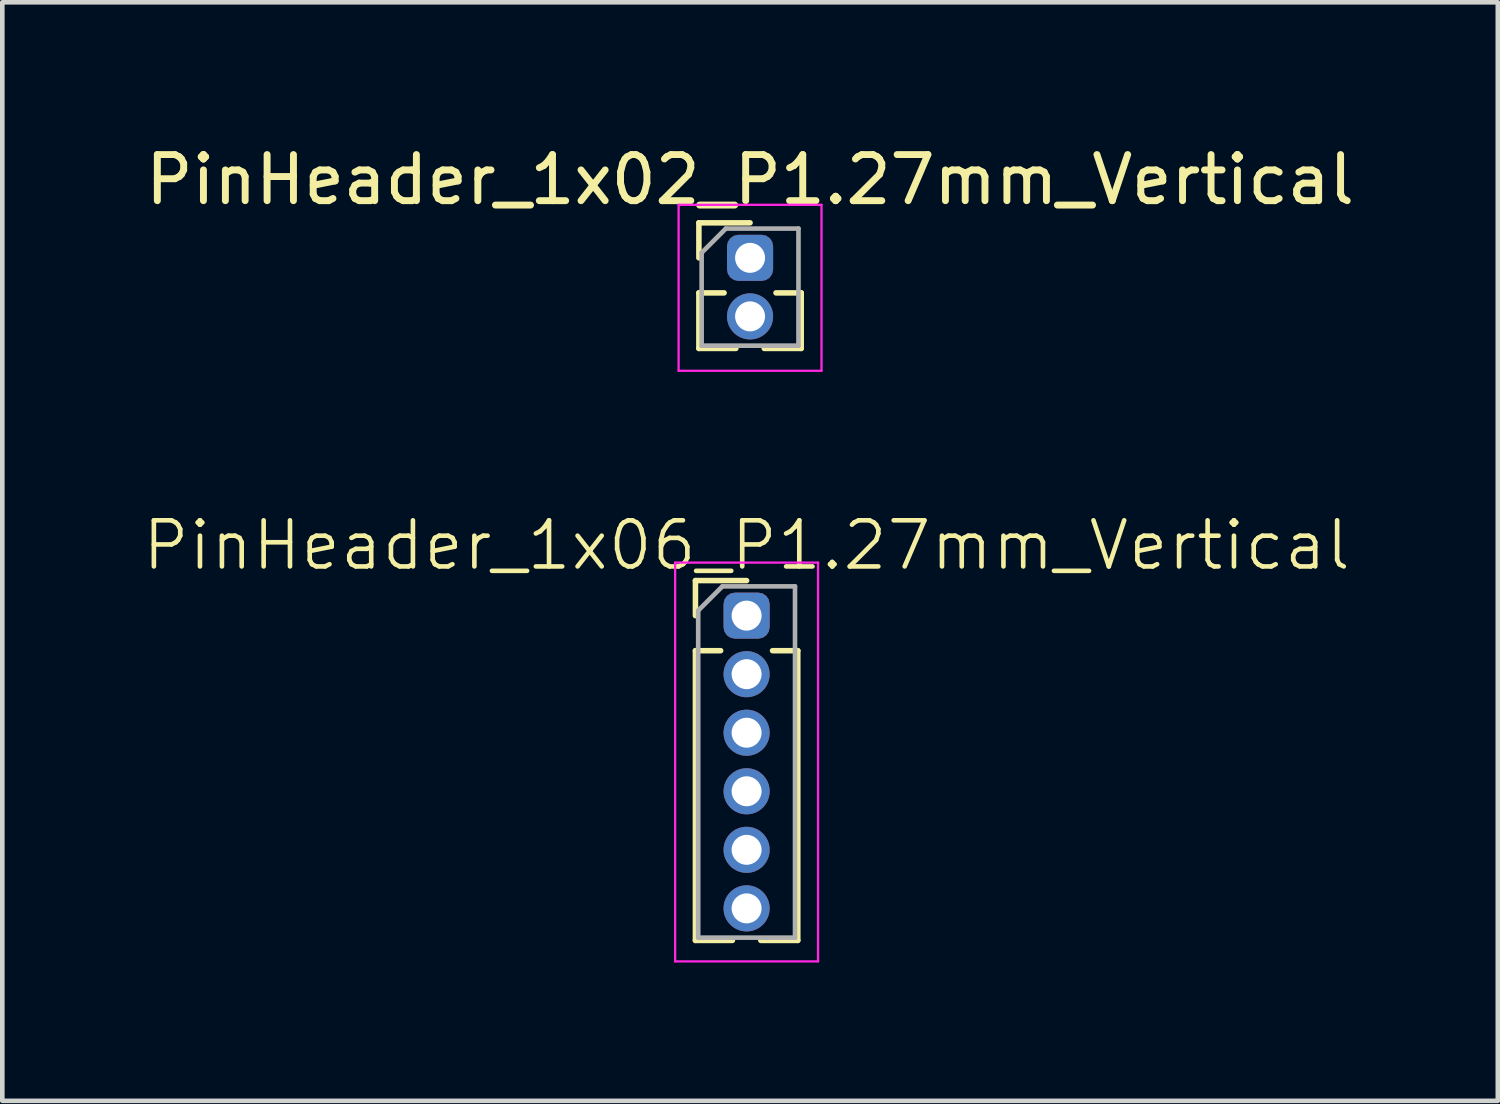
<source format=kicad_pcb>
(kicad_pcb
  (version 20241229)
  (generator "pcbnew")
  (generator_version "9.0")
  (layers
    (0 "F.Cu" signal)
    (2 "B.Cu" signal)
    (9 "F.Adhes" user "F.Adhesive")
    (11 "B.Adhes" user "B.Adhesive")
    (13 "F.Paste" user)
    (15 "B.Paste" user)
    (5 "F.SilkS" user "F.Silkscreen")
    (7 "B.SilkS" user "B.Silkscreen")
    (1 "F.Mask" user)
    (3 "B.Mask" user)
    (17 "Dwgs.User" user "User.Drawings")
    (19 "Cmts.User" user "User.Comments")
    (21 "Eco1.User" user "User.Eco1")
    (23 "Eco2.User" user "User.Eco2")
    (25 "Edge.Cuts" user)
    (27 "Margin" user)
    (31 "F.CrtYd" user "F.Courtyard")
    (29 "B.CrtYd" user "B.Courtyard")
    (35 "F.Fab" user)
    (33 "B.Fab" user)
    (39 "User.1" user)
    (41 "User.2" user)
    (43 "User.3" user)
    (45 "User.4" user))
  (footprint "PinHeader_1x06_P1.27mm_Vertical"
    (layer "F.Cu")
    (at 13.145 13.479)
    (property "Reference" "PinHeader_1x06_P1.27mm_Vertical" (at 0 -4.7 0) (layer "F.SilkS") (effects (font (size 1 1) (thickness 0.1))))
    (attr through_hole)
    (fp_line (start -1.11 -3.935) (end 0 -3.935) (stroke (width 0.12) (type solid)) (layer "F.SilkS"))
    (fp_line (start -1.11 -3.175) (end -1.11 -3.935) (stroke (width 0.12) (type solid)) (layer "F.SilkS"))
    (fp_line (start -1.11 -2.415) (end -1.11 3.87) (stroke (width 0.12) (type solid)) (layer "F.SilkS"))
    (fp_line (start -1.11 -2.415) (end -0.563 -2.415) (stroke (width 0.12) (type solid)) (layer "F.SilkS"))
    (fp_line (start -1.11 3.87) (end -0.308 3.87) (stroke (width 0.12) (type solid)) (layer "F.SilkS"))
    (fp_line (start 0.308 3.87) (end 1.11 3.87) (stroke (width 0.12) (type solid)) (layer "F.SilkS"))
    (fp_line (start 0.563 -2.415) (end 1.11 -2.415) (stroke (width 0.12) (type solid)) (layer "F.SilkS"))
    (fp_line (start 1.11 -2.415) (end 1.11 3.87) (stroke (width 0.12) (type solid)) (layer "F.SilkS"))
    (fp_line (start -1.55 -4.325) (end -1.55 4.325) (stroke (width 0.05) (type solid)) (layer "F.CrtYd"))
    (fp_line (start -1.55 4.325) (end 1.55 4.325) (stroke (width 0.05) (type solid)) (layer "F.CrtYd"))
    (fp_line (start 1.55 -4.325) (end -1.55 -4.325) (stroke (width 0.05) (type solid)) (layer "F.CrtYd"))
    (fp_line (start 1.55 4.325) (end 1.55 -4.325) (stroke (width 0.05) (type solid)) (layer "F.CrtYd"))
    (fp_line (start -1.05 -3.285) (end -0.525 -3.81) (stroke (width 0.1) (type solid)) (layer "F.Fab"))
    (fp_line (start -1.05 3.81) (end -1.05 -3.285) (stroke (width 0.1) (type solid)) (layer "F.Fab"))
    (fp_line (start -0.525 -3.81) (end 1.05 -3.81) (stroke (width 0.1) (type solid)) (layer "F.Fab"))
    (fp_line (start 1.05 -3.81) (end 1.05 3.81) (stroke (width 0.1) (type solid)) (layer "F.Fab"))
    (fp_line (start 1.05 3.81) (end -1.05 3.81) (stroke (width 0.1) (type solid)) (layer "F.Fab"))
    (pad "1" thru_hole roundrect (at 0 -3.175) (size 1 1) (drill 0.65) (layers "*.Cu" "*.Mask") (roundrect_rratio 0.25))
    (pad "2" thru_hole oval (at 0 -1.905) (size 1 1) (drill 0.65) (layers "*.Cu" "*.Mask"))
    (pad "3" thru_hole oval (at 0 -0.635) (size 1 1) (drill 0.65) (layers "*.Cu" "*.Mask"))
    (pad "4" thru_hole oval (at 0 0.635) (size 1 1) (drill 0.65) (layers "*.Cu" "*.Mask"))
    (pad "5" thru_hole oval (at 0 1.905) (size 1 1) (drill 0.65) (layers "*.Cu" "*.Mask"))
    (pad "6" thru_hole oval (at 0 3.175) (size 1 1) (drill 0.65) (layers "*.Cu" "*.Mask")))
  (footprint "PinHeader_1x02_P1.27mm_Vertical"
    (layer "F.Cu")
    (at 13.22 3.178)
    (property "Reference" "PinHeader_1x02_P1.27mm_Vertical" (at 0 -2.33 0) (layer "F.SilkS") (effects (font (size 1 1) (thickness 0.15))))
    (attr through_hole)
    (fp_line (start -1.11 -1.395) (end 0 -1.395) (stroke (width 0.12) (type solid)) (layer "F.SilkS"))
    (fp_line (start -1.11 -0.635) (end -1.11 -1.395) (stroke (width 0.12) (type solid)) (layer "F.SilkS"))
    (fp_line (start -1.11 0.125) (end -1.11 1.33) (stroke (width 0.12) (type solid)) (layer "F.SilkS"))
    (fp_line (start -1.11 0.125) (end -0.563 0.125) (stroke (width 0.12) (type solid)) (layer "F.SilkS"))
    (fp_line (start -1.11 1.33) (end -0.308 1.33) (stroke (width 0.12) (type solid)) (layer "F.SilkS"))
    (fp_line (start 0.308 1.33) (end 1.11 1.33) (stroke (width 0.12) (type solid)) (layer "F.SilkS"))
    (fp_line (start 0.563 0.125) (end 1.11 0.125) (stroke (width 0.12) (type solid)) (layer "F.SilkS"))
    (fp_line (start 1.11 0.125) (end 1.11 1.33) (stroke (width 0.12) (type solid)) (layer "F.SilkS"))
    (fp_line (start -1.55 -1.785) (end -1.55 1.815) (stroke (width 0.05) (type solid)) (layer "F.CrtYd"))
    (fp_line (start -1.55 1.815) (end 1.55 1.815) (stroke (width 0.05) (type solid)) (layer "F.CrtYd"))
    (fp_line (start 1.55 -1.785) (end -1.55 -1.785) (stroke (width 0.05) (type solid)) (layer "F.CrtYd"))
    (fp_line (start 1.55 1.815) (end 1.55 -1.785) (stroke (width 0.05) (type solid)) (layer "F.CrtYd"))
    (fp_line (start -1.05 -0.745) (end -0.525 -1.27) (stroke (width 0.1) (type solid)) (layer "F.Fab"))
    (fp_line (start -1.05 1.27) (end -1.05 -0.745) (stroke (width 0.1) (type solid)) (layer "F.Fab"))
    (fp_line (start -0.525 -1.27) (end 1.05 -1.27) (stroke (width 0.1) (type solid)) (layer "F.Fab"))
    (fp_line (start 1.05 -1.27) (end 1.05 1.27) (stroke (width 0.1) (type solid)) (layer "F.Fab"))
    (fp_line (start 1.05 1.27) (end -1.05 1.27) (stroke (width 0.1) (type solid)) (layer "F.Fab"))
    (pad "1" thru_hole roundrect (at 0 -0.635) (size 1 1) (drill 0.65) (layers "*.Cu" "*.Mask") (roundrect_rratio 0.25))
    (pad "2" thru_hole oval (at 0 0.635) (size 1 1) (drill 0.65) (layers "*.Cu" "*.Mask")))
  (gr_rect
    (start -3 -3)
    (end 29.44 20.829)
    (stroke (width 0.1) (type default))
    (fill no)
    (layer "Edge.Cuts")))
</source>
